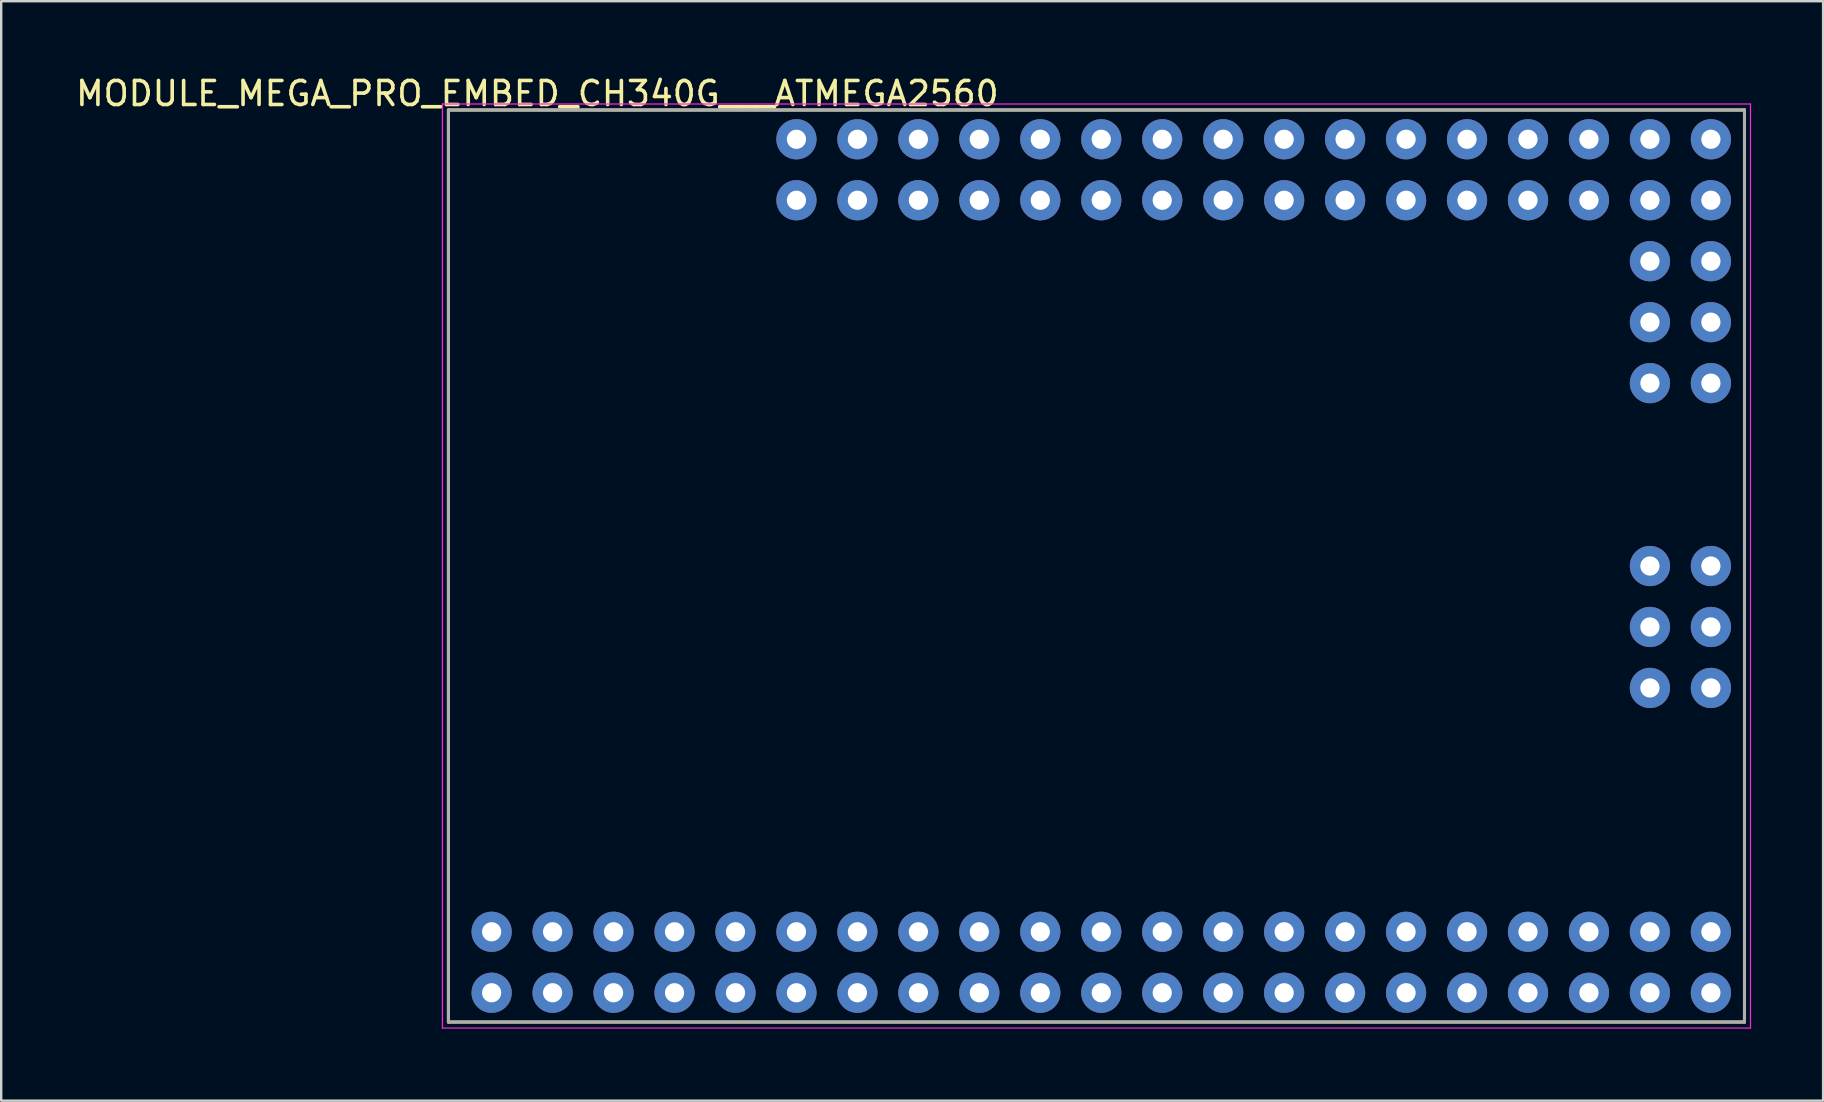
<source format=kicad_pcb>
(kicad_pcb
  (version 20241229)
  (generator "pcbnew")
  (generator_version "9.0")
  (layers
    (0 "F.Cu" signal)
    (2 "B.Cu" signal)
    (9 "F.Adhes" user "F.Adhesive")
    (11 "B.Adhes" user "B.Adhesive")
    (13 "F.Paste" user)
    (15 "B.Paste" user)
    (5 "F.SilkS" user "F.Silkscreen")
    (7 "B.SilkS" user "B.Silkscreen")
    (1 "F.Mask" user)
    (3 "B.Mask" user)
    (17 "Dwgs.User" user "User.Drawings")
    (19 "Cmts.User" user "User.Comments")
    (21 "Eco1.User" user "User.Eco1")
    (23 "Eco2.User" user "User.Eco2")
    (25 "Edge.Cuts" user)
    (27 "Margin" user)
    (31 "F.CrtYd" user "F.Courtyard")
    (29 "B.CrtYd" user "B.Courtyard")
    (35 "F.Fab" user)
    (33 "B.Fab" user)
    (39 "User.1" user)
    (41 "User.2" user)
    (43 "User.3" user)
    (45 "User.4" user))
  (footprint "MODULE_MEGA_PRO_EMBED_CH340G___ATMEGA2560"
    (layer "F.Cu")
    (at 42.634 20.533)
    (property "Reference" "MODULE_MEGA_PRO_EMBED_CH340G___ATMEGA2560" (at -23.295 -19.685 0) (layer "F.SilkS") (effects (font (size 1 1) (thickness 0.15))))
    (attr through_hole)
    (fp_line (start -27 -19) (end 27 -19) (stroke (width 0.127) (type solid)) (layer "F.SilkS"))
    (fp_line (start -27 19) (end -27 -19) (stroke (width 0.127) (type solid)) (layer "F.SilkS"))
    (fp_line (start -27 19) (end 27 19) (stroke (width 0.127) (type solid)) (layer "F.SilkS"))
    (fp_line (start 27 19) (end 27 -19) (stroke (width 0.127) (type solid)) (layer "F.SilkS"))
    (fp_line (start -27.25 -19.25) (end 27.25 -19.25) (stroke (width 0.05) (type solid)) (layer "F.CrtYd"))
    (fp_line (start -27.25 19.25) (end -27.25 -19.25) (stroke (width 0.05) (type solid)) (layer "F.CrtYd"))
    (fp_line (start 27.25 -19.25) (end 27.25 19.25) (stroke (width 0.05) (type solid)) (layer "F.CrtYd"))
    (fp_line (start 27.25 19.25) (end -27.25 19.25) (stroke (width 0.05) (type solid)) (layer "F.CrtYd"))
    (fp_line (start -27 -19) (end 27 -19) (stroke (width 0.127) (type solid)) (layer "F.Fab"))
    (fp_line (start -27 19) (end -27 -19) (stroke (width 0.127) (type solid)) (layer "F.Fab"))
    (fp_line (start -27 19) (end 27 19) (stroke (width 0.127) (type solid)) (layer "F.Fab"))
    (fp_line (start 27 19) (end 27 -19) (stroke (width 0.127) (type solid)) (layer "F.Fab"))
    (pad "3V3_1" thru_hole circle (at -17.58 17.78) (size 1.676 1.676) (drill 0.8) (layers "*.Cu" "*.Mask"))
    (pad "3V3_2" thru_hole circle (at -17.58 15.24) (size 1.676 1.676) (drill 0.8) (layers "*.Cu" "*.Mask"))
    (pad "5V_1" thru_hole circle (at -20.12 17.78) (size 1.676 1.676) (drill 0.8) (layers "*.Cu" "*.Mask"))
    (pad "5V_2" thru_hole circle (at -20.12 15.24) (size 1.676 1.676) (drill 0.8) (layers "*.Cu" "*.Mask"))
    (pad "5V_3" thru_hole circle (at 25.6 0) (size 1.676 1.676) (drill 0.8) (layers "*.Cu" "*.Mask"))
    (pad "A0" thru_hole circle (at -12.5 -17.78) (size 1.676 1.676) (drill 0.8) (layers "*.Cu" "*.Mask"))
    (pad "A1" thru_hole circle (at -12.5 -15.24) (size 1.676 1.676) (drill 0.8) (layers "*.Cu" "*.Mask"))
    (pad "A2" thru_hole circle (at -9.96 -17.78) (size 1.676 1.676) (drill 0.8) (layers "*.Cu" "*.Mask"))
    (pad "A3" thru_hole circle (at -9.96 -15.24) (size 1.676 1.676) (drill 0.8) (layers "*.Cu" "*.Mask"))
    (pad "A4" thru_hole circle (at -7.42 -17.78) (size 1.676 1.676) (drill 0.8) (layers "*.Cu" "*.Mask"))
    (pad "A5" thru_hole circle (at -7.42 -15.24) (size 1.676 1.676) (drill 0.8) (layers "*.Cu" "*.Mask"))
    (pad "A6" thru_hole circle (at -4.88 -17.78) (size 1.676 1.676) (drill 0.8) (layers "*.Cu" "*.Mask"))
    (pad "A7" thru_hole circle (at -4.88 -15.24) (size 1.676 1.676) (drill 0.8) (layers "*.Cu" "*.Mask"))
    (pad "A8" thru_hole circle (at -2.34 -17.78) (size 1.676 1.676) (drill 0.8) (layers "*.Cu" "*.Mask"))
    (pad "A9" thru_hole circle (at -2.34 -15.24) (size 1.676 1.676) (drill 0.8) (layers "*.Cu" "*.Mask"))
    (pad "A10" thru_hole circle (at 0.2 -17.78) (size 1.676 1.676) (drill 0.8) (layers "*.Cu" "*.Mask"))
    (pad "A11" thru_hole circle (at 0.2 -15.24) (size 1.676 1.676) (drill 0.8) (layers "*.Cu" "*.Mask"))
    (pad "A12" thru_hole circle (at 2.74 -17.78) (size 1.676 1.676) (drill 0.8) (layers "*.Cu" "*.Mask"))
    (pad "A13" thru_hole circle (at 2.74 -15.24) (size 1.676 1.676) (drill 0.8) (layers "*.Cu" "*.Mask"))
    (pad "A14" thru_hole circle (at 5.28 -17.78) (size 1.676 1.676) (drill 0.8) (layers "*.Cu" "*.Mask"))
    (pad "A15" thru_hole circle (at 5.28 -15.24) (size 1.676 1.676) (drill 0.8) (layers "*.Cu" "*.Mask"))
    (pad "AREF" thru_hole circle (at -15.04 15.24) (size 1.676 1.676) (drill 0.8) (layers "*.Cu" "*.Mask"))
    (pad "D2" thru_hole circle (at -9.96 15.24) (size 1.676 1.676) (drill 0.8) (layers "*.Cu" "*.Mask"))
    (pad "D3" thru_hole circle (at -9.96 17.78) (size 1.676 1.676) (drill 0.8) (layers "*.Cu" "*.Mask"))
    (pad "D4" thru_hole circle (at -7.42 15.24) (size 1.676 1.676) (drill 0.8) (layers "*.Cu" "*.Mask"))
    (pad "D5" thru_hole circle (at -7.42 17.78) (size 1.676 1.676) (drill 0.8) (layers "*.Cu" "*.Mask"))
    (pad "D6" thru_hole circle (at -4.88 15.24) (size 1.676 1.676) (drill 0.8) (layers "*.Cu" "*.Mask"))
    (pad "D7" thru_hole circle (at -4.88 17.78) (size 1.676 1.676) (drill 0.8) (layers "*.Cu" "*.Mask"))
    (pad "D8" thru_hole circle (at -2.34 15.24) (size 1.676 1.676) (drill 0.8) (layers "*.Cu" "*.Mask"))
    (pad "D9" thru_hole circle (at -2.34 17.78) (size 1.676 1.676) (drill 0.8) (layers "*.Cu" "*.Mask"))
    (pad "D10" thru_hole circle (at 0.2 15.24) (size 1.676 1.676) (drill 0.8) (layers "*.Cu" "*.Mask"))
    (pad "D11" thru_hole circle (at 0.2 17.78) (size 1.676 1.676) (drill 0.8) (layers "*.Cu" "*.Mask"))
    (pad "D12" thru_hole circle (at 2.74 15.24) (size 1.676 1.676) (drill 0.8) (layers "*.Cu" "*.Mask"))
    (pad "D13" thru_hole circle (at 2.74 17.78) (size 1.676 1.676) (drill 0.8) (layers "*.Cu" "*.Mask"))
    (pad "D14" thru_hole circle (at 5.28 15.24) (size 1.676 1.676) (drill 0.8) (layers "*.Cu" "*.Mask"))
    (pad "D15" thru_hole circle (at 5.28 17.78) (size 1.676 1.676) (drill 0.8) (layers "*.Cu" "*.Mask"))
    (pad "D16" thru_hole circle (at 7.82 15.24) (size 1.676 1.676) (drill 0.8) (layers "*.Cu" "*.Mask"))
    (pad "D17" thru_hole circle (at 7.82 17.78) (size 1.676 1.676) (drill 0.8) (layers "*.Cu" "*.Mask"))
    (pad "D18" thru_hole circle (at 10.36 15.24) (size 1.676 1.676) (drill 0.8) (layers "*.Cu" "*.Mask"))
    (pad "D19" thru_hole circle (at 10.36 17.78) (size 1.676 1.676) (drill 0.8) (layers "*.Cu" "*.Mask"))
    (pad "D20" thru_hole circle (at 12.9 15.24) (size 1.676 1.676) (drill 0.8) (layers "*.Cu" "*.Mask"))
    (pad "D21" thru_hole circle (at 12.9 17.78) (size 1.676 1.676) (drill 0.8) (layers "*.Cu" "*.Mask"))
    (pad "D22" thru_hole circle (at 15.44 15.24) (size 1.676 1.676) (drill 0.8) (layers "*.Cu" "*.Mask"))
    (pad "D23" thru_hole circle (at 15.44 17.78) (size 1.676 1.676) (drill 0.8) (layers "*.Cu" "*.Mask"))
    (pad "D24" thru_hole circle (at 17.98 15.24) (size 1.676 1.676) (drill 0.8) (layers "*.Cu" "*.Mask"))
    (pad "D25" thru_hole circle (at 17.98 17.78) (size 1.676 1.676) (drill 0.8) (layers "*.Cu" "*.Mask"))
    (pad "D26" thru_hole circle (at 20.52 15.24) (size 1.676 1.676) (drill 0.8) (layers "*.Cu" "*.Mask"))
    (pad "D27" thru_hole circle (at 20.52 17.78) (size 1.676 1.676) (drill 0.8) (layers "*.Cu" "*.Mask"))
    (pad "D28" thru_hole circle (at 23.06 15.24) (size 1.676 1.676) (drill 0.8) (layers "*.Cu" "*.Mask"))
    (pad "D29" thru_hole circle (at 23.06 17.78) (size 1.676 1.676) (drill 0.8) (layers "*.Cu" "*.Mask"))
    (pad "D30" thru_hole circle (at 25.6 15.24) (size 1.676 1.676) (drill 0.8) (layers "*.Cu" "*.Mask"))
    (pad "D31" thru_hole circle (at 25.6 17.78) (size 1.676 1.676) (drill 0.8) (layers "*.Cu" "*.Mask"))
    (pad "D32" thru_hole circle (at 7.82 -17.78) (size 1.676 1.676) (drill 0.8) (layers "*.Cu" "*.Mask"))
    (pad "D33" thru_hole circle (at 7.82 -15.24) (size 1.676 1.676) (drill 0.8) (layers "*.Cu" "*.Mask"))
    (pad "D34" thru_hole circle (at 10.36 -17.78) (size 1.676 1.676) (drill 0.8) (layers "*.Cu" "*.Mask"))
    (pad "D35" thru_hole circle (at 10.36 -15.24) (size 1.676 1.676) (drill 0.8) (layers "*.Cu" "*.Mask"))
    (pad "D36" thru_hole circle (at 12.9 -17.78) (size 1.676 1.676) (drill 0.8) (layers "*.Cu" "*.Mask"))
    (pad "D37" thru_hole circle (at 12.9 -15.24) (size 1.676 1.676) (drill 0.8) (layers "*.Cu" "*.Mask"))
    (pad "D38" thru_hole circle (at 15.44 -17.78) (size 1.676 1.676) (drill 0.8) (layers "*.Cu" "*.Mask"))
    (pad "D39" thru_hole circle (at 15.44 -15.24) (size 1.676 1.676) (drill 0.8) (layers "*.Cu" "*.Mask"))
    (pad "D40" thru_hole circle (at 17.98 -17.78) (size 1.676 1.676) (drill 0.8) (layers "*.Cu" "*.Mask"))
    (pad "D41" thru_hole circle (at 17.98 -15.24) (size 1.676 1.676) (drill 0.8) (layers "*.Cu" "*.Mask"))
    (pad "D42" thru_hole circle (at 20.52 -17.78) (size 1.676 1.676) (drill 0.8) (layers "*.Cu" "*.Mask"))
    (pad "D43" thru_hole circle (at 20.52 -15.24) (size 1.676 1.676) (drill 0.8) (layers "*.Cu" "*.Mask"))
    (pad "D44" thru_hole circle (at 23.06 -17.78) (size 1.676 1.676) (drill 0.8) (layers "*.Cu" "*.Mask"))
    (pad "D45" thru_hole circle (at 23.06 -15.24) (size 1.676 1.676) (drill 0.8) (layers "*.Cu" "*.Mask"))
    (pad "D46" thru_hole circle (at 25.6 -17.78) (size 1.676 1.676) (drill 0.8) (layers "*.Cu" "*.Mask"))
    (pad "D47" thru_hole circle (at 25.6 -15.24) (size 1.676 1.676) (drill 0.8) (layers "*.Cu" "*.Mask"))
    (pad "D48" thru_hole circle (at 25.6 -12.7) (size 1.676 1.676) (drill 0.8) (layers "*.Cu" "*.Mask"))
    (pad "D49" thru_hole circle (at 23.06 -12.7) (size 1.676 1.676) (drill 0.8) (layers "*.Cu" "*.Mask"))
    (pad "D50" thru_hole circle (at 25.6 -10.16) (size 1.676 1.676) (drill 0.8) (layers "*.Cu" "*.Mask"))
    (pad "D51" thru_hole circle (at 23.06 -10.16) (size 1.676 1.676) (drill 0.8) (layers "*.Cu" "*.Mask"))
    (pad "D52" thru_hole circle (at 25.6 -7.62) (size 1.676 1.676) (drill 0.8) (layers "*.Cu" "*.Mask"))
    (pad "D53" thru_hole circle (at 23.06 -7.62) (size 1.676 1.676) (drill 0.8) (layers "*.Cu" "*.Mask"))
    (pad "GND_1" thru_hole circle (at -22.66 17.78) (size 1.676 1.676) (drill 0.8) (layers "*.Cu" "*.Mask"))
    (pad "GND_2" thru_hole circle (at -22.66 15.24) (size 1.676 1.676) (drill 0.8) (layers "*.Cu" "*.Mask"))
    (pad "GND_3" thru_hole circle (at 25.6 5.08) (size 1.676 1.676) (drill 0.8) (layers "*.Cu" "*.Mask"))
    (pad "MISO" thru_hole circle (at 23.06 0) (size 1.676 1.676) (drill 0.8) (layers "*.Cu" "*.Mask"))
    (pad "MOSI" thru_hole circle (at 25.6 2.54) (size 1.676 1.676) (drill 0.8) (layers "*.Cu" "*.Mask"))
    (pad "RESET" thru_hole circle (at 23.06 5.08) (size 1.676 1.676) (drill 0.8) (layers "*.Cu" "*.Mask"))
    (pad "RST" thru_hole circle (at -15.04 17.78) (size 1.676 1.676) (drill 0.8) (layers "*.Cu" "*.Mask"))
    (pad "RX" thru_hole circle (at -12.5 15.24) (size 1.676 1.676) (drill 0.8) (layers "*.Cu" "*.Mask"))
    (pad "SCK" thru_hole circle (at 23.06 2.54) (size 1.676 1.676) (drill 0.8) (layers "*.Cu" "*.Mask"))
    (pad "TX" thru_hole circle (at -12.5 17.78) (size 1.676 1.676) (drill 0.8) (layers "*.Cu" "*.Mask"))
    (pad "VIN_1" thru_hole circle (at -25.2 17.78) (size 1.676 1.676) (drill 0.8) (layers "*.Cu" "*.Mask"))
    (pad "VIN_2" thru_hole circle (at -25.2 15.24) (size 1.676 1.676) (drill 0.8) (layers "*.Cu" "*.Mask")))
  (gr_rect
    (start -3 -3)
    (end 72.909 42.808)
    (stroke (width 0.1) (type default))
    (fill no)
    (layer "Edge.Cuts")))
</source>
